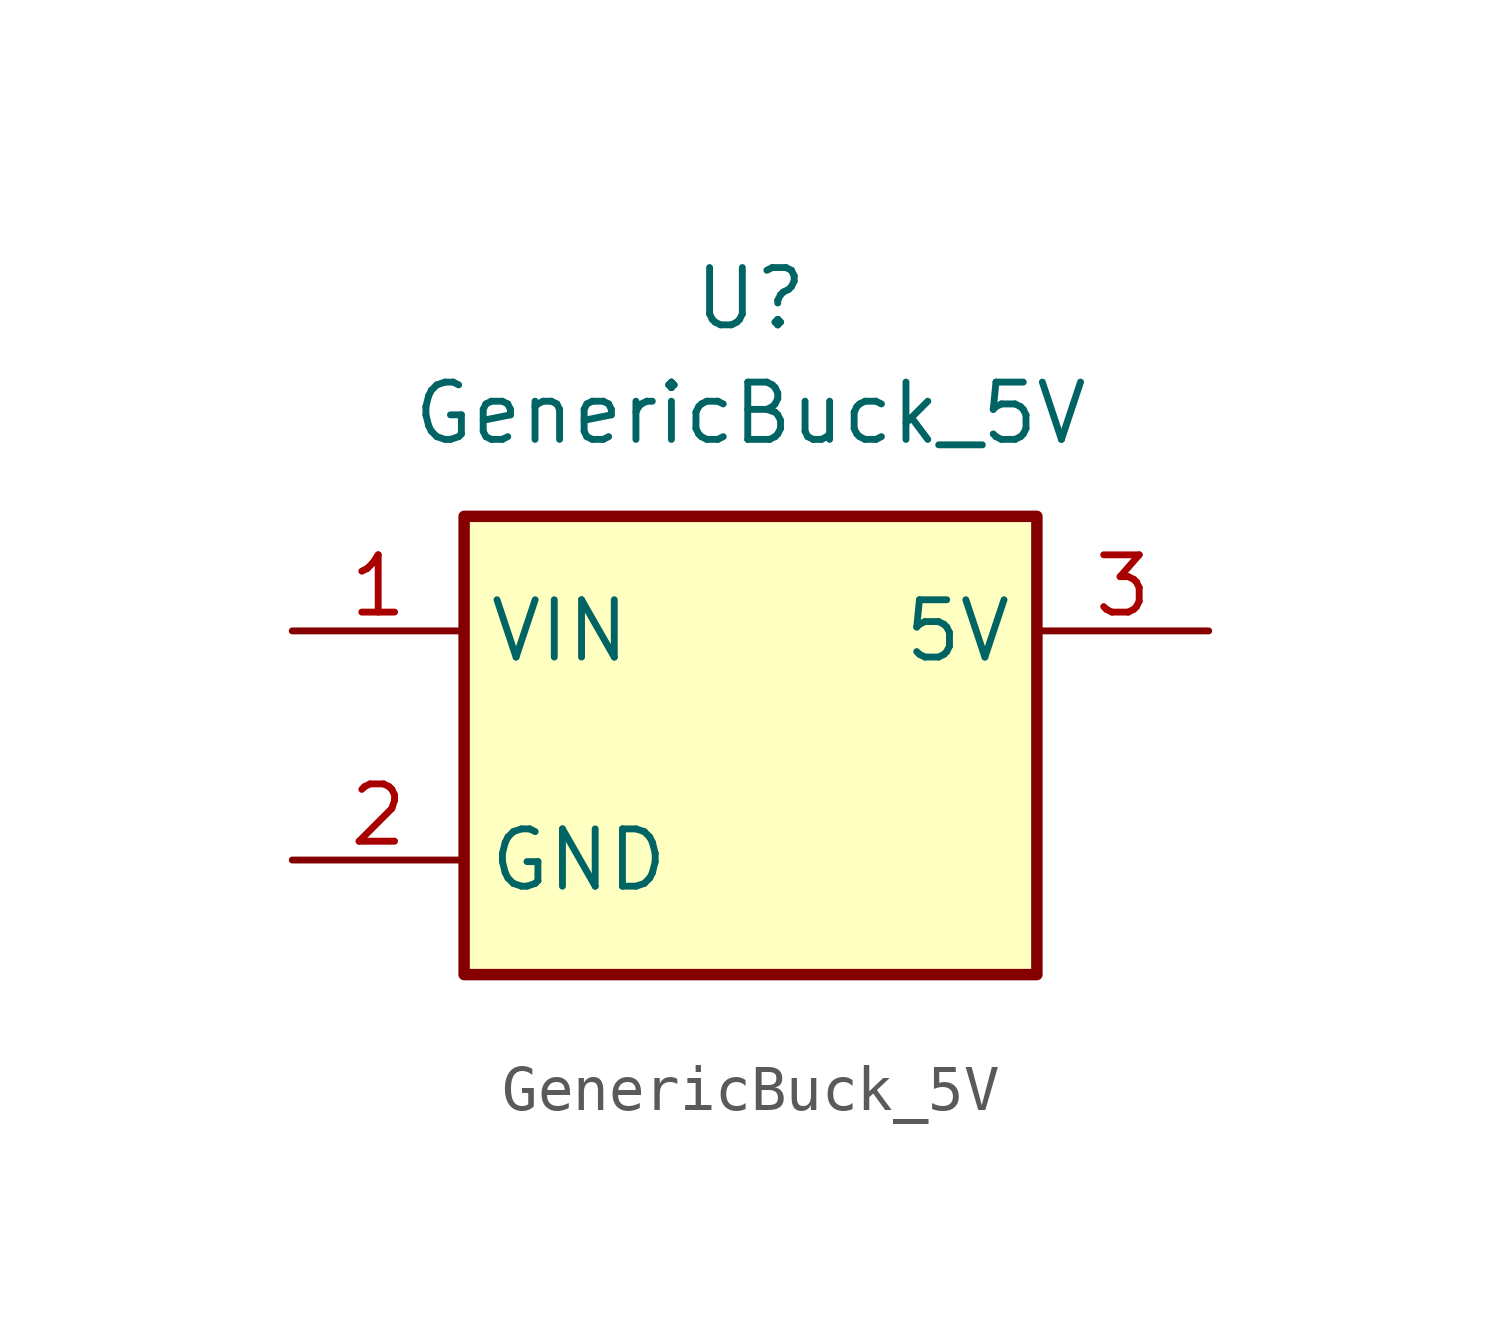
<source format=kicad_sym>
(kicad_symbol_lib
  (version 20241209)
  (generator "kicad_symbol_editor")
  (generator_version "9.0")
  (symbol "GenericBuck_5V"
    (property "Reference" "U"
      (at 0 9.906 0)
      (effects (font (size 1.27 1.27))))
    (property "Value" "GenericBuck_5V"
      (at 0 7.366 0)
      (effects (font (size 1.27 1.27))))
    (symbol "GenericBuck_5V_1_1"
      (rectangle (start -6.35 5.08) (end 6.35 -5.08) (stroke (width 0.254) (type default)) (fill (type background)))
      (pin passive line (at -10.16 2.54 0) (length 3.81) (name "VIN" (effects (font (size 1.27 1.27)))) (number "1" (effects (font (size 1.27 1.27)))))
      (pin passive line (at -10.16 -2.54 0) (length 3.81) (name "GND" (effects (font (size 1.27 1.27)))) (number "2" (effects (font (size 1.27 1.27)))))
      (pin passive line (at 10.16 2.54 180) (length 3.81) (name "5V" (effects (font (size 1.27 1.27)))) (number "3" (effects (font (size 1.27 1.27))))))))
</source>
